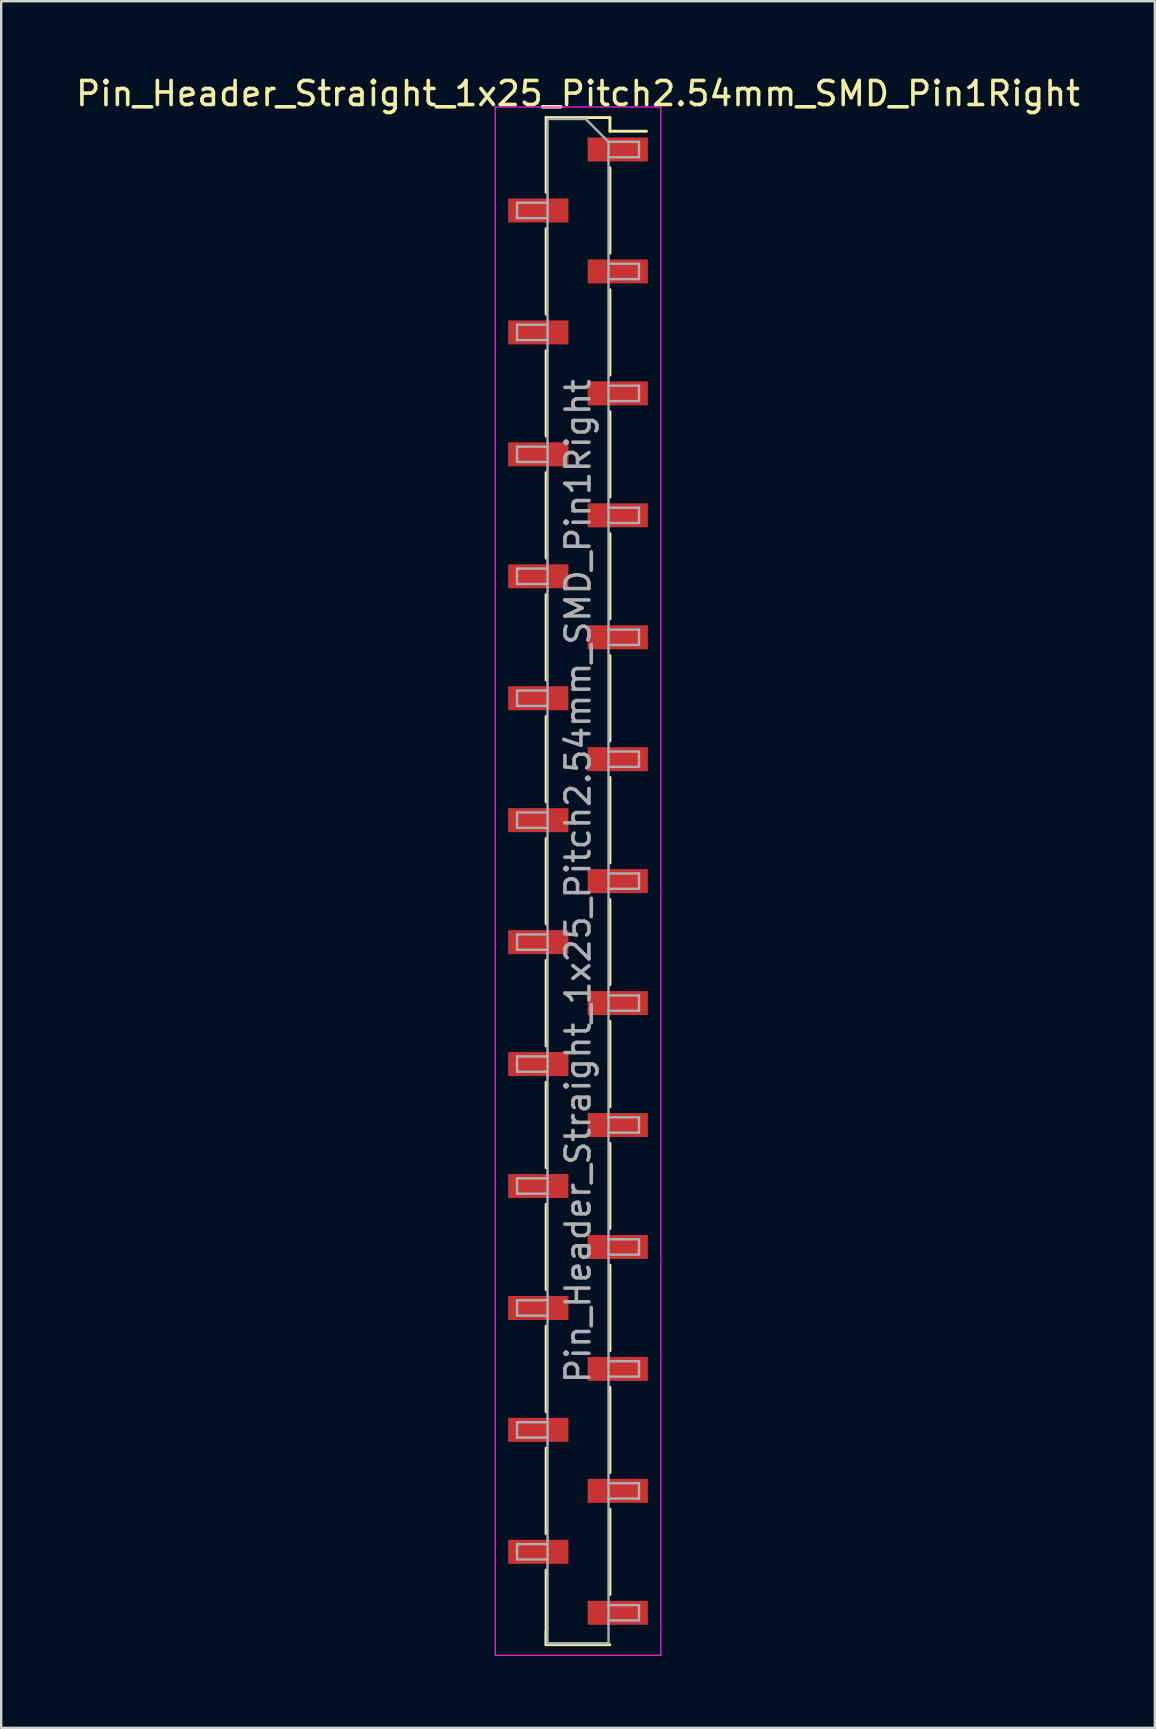
<source format=kicad_pcb>
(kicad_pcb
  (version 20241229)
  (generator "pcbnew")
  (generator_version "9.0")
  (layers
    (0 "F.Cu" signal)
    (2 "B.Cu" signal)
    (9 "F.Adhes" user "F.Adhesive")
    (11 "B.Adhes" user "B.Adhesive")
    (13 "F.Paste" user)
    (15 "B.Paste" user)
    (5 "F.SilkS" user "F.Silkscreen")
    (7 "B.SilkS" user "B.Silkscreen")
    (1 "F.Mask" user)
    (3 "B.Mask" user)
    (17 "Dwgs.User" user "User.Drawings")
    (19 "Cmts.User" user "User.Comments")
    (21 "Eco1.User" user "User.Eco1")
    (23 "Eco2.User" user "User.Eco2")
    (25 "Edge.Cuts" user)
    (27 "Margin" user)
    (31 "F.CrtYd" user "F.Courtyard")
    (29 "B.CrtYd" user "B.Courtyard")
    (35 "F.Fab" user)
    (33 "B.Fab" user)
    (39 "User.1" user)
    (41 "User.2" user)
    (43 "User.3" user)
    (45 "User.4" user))
  (footprint "Pin_Header_Straight_1x25_Pitch2.54mm_SMD_Pin1Right"
    (layer "F.Cu")
    (at 21.03 33.658)
    (property "Reference" "Pin_Header_Straight_1x25_Pitch2.54mm_SMD_Pin1Right" (at 0 -32.81 0) (layer "F.SilkS") (effects (font (size 1 1) (thickness 0.15))))
    (attr smd)
    (fp_line (start -1.33 -31.81) (end -1.33 -28.7) (stroke (width 0.12) (type solid)) (layer "F.SilkS"))
    (fp_line (start -1.33 -31.81) (end 1.33 -31.81) (stroke (width 0.12) (type solid)) (layer "F.SilkS"))
    (fp_line (start -1.33 -27.18) (end -1.33 -23.62) (stroke (width 0.12) (type solid)) (layer "F.SilkS"))
    (fp_line (start -1.33 -22.1) (end -1.33 -18.54) (stroke (width 0.12) (type solid)) (layer "F.SilkS"))
    (fp_line (start -1.33 -17.02) (end -1.33 -13.46) (stroke (width 0.12) (type solid)) (layer "F.SilkS"))
    (fp_line (start -1.33 -11.94) (end -1.33 -8.38) (stroke (width 0.12) (type solid)) (layer "F.SilkS"))
    (fp_line (start -1.33 -6.86) (end -1.33 -3.3) (stroke (width 0.12) (type solid)) (layer "F.SilkS"))
    (fp_line (start -1.33 -1.78) (end -1.33 1.78) (stroke (width 0.12) (type solid)) (layer "F.SilkS"))
    (fp_line (start -1.33 3.3) (end -1.33 6.86) (stroke (width 0.12) (type solid)) (layer "F.SilkS"))
    (fp_line (start -1.33 8.38) (end -1.33 11.94) (stroke (width 0.12) (type solid)) (layer "F.SilkS"))
    (fp_line (start -1.33 13.46) (end -1.33 17.02) (stroke (width 0.12) (type solid)) (layer "F.SilkS"))
    (fp_line (start -1.33 18.54) (end -1.33 22.1) (stroke (width 0.12) (type solid)) (layer "F.SilkS"))
    (fp_line (start -1.33 23.62) (end -1.33 27.18) (stroke (width 0.12) (type solid)) (layer "F.SilkS"))
    (fp_line (start -1.33 28.7) (end -1.33 31.81) (stroke (width 0.12) (type solid)) (layer "F.SilkS"))
    (fp_line (start -1.33 31.24) (end -1.33 31.81) (stroke (width 0.12) (type solid)) (layer "F.SilkS"))
    (fp_line (start -1.33 31.81) (end 1.33 31.81) (stroke (width 0.12) (type solid)) (layer "F.SilkS"))
    (fp_line (start 1.33 -31.81) (end 1.33 -31.24) (stroke (width 0.12) (type solid)) (layer "F.SilkS"))
    (fp_line (start 1.33 -31.24) (end 2.85 -31.24) (stroke (width 0.12) (type solid)) (layer "F.SilkS"))
    (fp_line (start 1.33 -29.72) (end 1.33 -26.16) (stroke (width 0.12) (type solid)) (layer "F.SilkS"))
    (fp_line (start 1.33 -24.64) (end 1.33 -21.08) (stroke (width 0.12) (type solid)) (layer "F.SilkS"))
    (fp_line (start 1.33 -19.56) (end 1.33 -16) (stroke (width 0.12) (type solid)) (layer "F.SilkS"))
    (fp_line (start 1.33 -14.48) (end 1.33 -10.92) (stroke (width 0.12) (type solid)) (layer "F.SilkS"))
    (fp_line (start 1.33 -9.4) (end 1.33 -5.84) (stroke (width 0.12) (type solid)) (layer "F.SilkS"))
    (fp_line (start 1.33 -4.32) (end 1.33 -0.76) (stroke (width 0.12) (type solid)) (layer "F.SilkS"))
    (fp_line (start 1.33 0.76) (end 1.33 4.32) (stroke (width 0.12) (type solid)) (layer "F.SilkS"))
    (fp_line (start 1.33 5.84) (end 1.33 9.4) (stroke (width 0.12) (type solid)) (layer "F.SilkS"))
    (fp_line (start 1.33 10.92) (end 1.33 14.48) (stroke (width 0.12) (type solid)) (layer "F.SilkS"))
    (fp_line (start 1.33 16) (end 1.33 19.56) (stroke (width 0.12) (type solid)) (layer "F.SilkS"))
    (fp_line (start 1.33 21.08) (end 1.33 24.64) (stroke (width 0.12) (type solid)) (layer "F.SilkS"))
    (fp_line (start 1.33 26.16) (end 1.33 29.72) (stroke (width 0.12) (type solid)) (layer "F.SilkS"))
    (fp_line (start -3.45 -32.25) (end -3.45 32.25) (stroke (width 0.05) (type solid)) (layer "F.CrtYd"))
    (fp_line (start -3.45 32.25) (end 3.45 32.25) (stroke (width 0.05) (type solid)) (layer "F.CrtYd"))
    (fp_line (start 3.45 -32.25) (end -3.45 -32.25) (stroke (width 0.05) (type solid)) (layer "F.CrtYd"))
    (fp_line (start 3.45 32.25) (end 3.45 -32.25) (stroke (width 0.05) (type solid)) (layer "F.CrtYd"))
    (fp_line (start -2.54 -28.26) (end -2.54 -27.62) (stroke (width 0.1) (type solid)) (layer "F.Fab"))
    (fp_line (start -2.54 -27.62) (end -1.27 -27.62) (stroke (width 0.1) (type solid)) (layer "F.Fab"))
    (fp_line (start -2.54 -23.18) (end -2.54 -22.54) (stroke (width 0.1) (type solid)) (layer "F.Fab"))
    (fp_line (start -2.54 -22.54) (end -1.27 -22.54) (stroke (width 0.1) (type solid)) (layer "F.Fab"))
    (fp_line (start -2.54 -18.1) (end -2.54 -17.46) (stroke (width 0.1) (type solid)) (layer "F.Fab"))
    (fp_line (start -2.54 -17.46) (end -1.27 -17.46) (stroke (width 0.1) (type solid)) (layer "F.Fab"))
    (fp_line (start -2.54 -13.02) (end -2.54 -12.38) (stroke (width 0.1) (type solid)) (layer "F.Fab"))
    (fp_line (start -2.54 -12.38) (end -1.27 -12.38) (stroke (width 0.1) (type solid)) (layer "F.Fab"))
    (fp_line (start -2.54 -7.94) (end -2.54 -7.3) (stroke (width 0.1) (type solid)) (layer "F.Fab"))
    (fp_line (start -2.54 -7.3) (end -1.27 -7.3) (stroke (width 0.1) (type solid)) (layer "F.Fab"))
    (fp_line (start -2.54 -2.86) (end -2.54 -2.22) (stroke (width 0.1) (type solid)) (layer "F.Fab"))
    (fp_line (start -2.54 -2.22) (end -1.27 -2.22) (stroke (width 0.1) (type solid)) (layer "F.Fab"))
    (fp_line (start -2.54 2.22) (end -2.54 2.86) (stroke (width 0.1) (type solid)) (layer "F.Fab"))
    (fp_line (start -2.54 2.86) (end -1.27 2.86) (stroke (width 0.1) (type solid)) (layer "F.Fab"))
    (fp_line (start -2.54 7.3) (end -2.54 7.94) (stroke (width 0.1) (type solid)) (layer "F.Fab"))
    (fp_line (start -2.54 7.94) (end -1.27 7.94) (stroke (width 0.1) (type solid)) (layer "F.Fab"))
    (fp_line (start -2.54 12.38) (end -2.54 13.02) (stroke (width 0.1) (type solid)) (layer "F.Fab"))
    (fp_line (start -2.54 13.02) (end -1.27 13.02) (stroke (width 0.1) (type solid)) (layer "F.Fab"))
    (fp_line (start -2.54 17.46) (end -2.54 18.1) (stroke (width 0.1) (type solid)) (layer "F.Fab"))
    (fp_line (start -2.54 18.1) (end -1.27 18.1) (stroke (width 0.1) (type solid)) (layer "F.Fab"))
    (fp_line (start -2.54 22.54) (end -2.54 23.18) (stroke (width 0.1) (type solid)) (layer "F.Fab"))
    (fp_line (start -2.54 23.18) (end -1.27 23.18) (stroke (width 0.1) (type solid)) (layer "F.Fab"))
    (fp_line (start -2.54 27.62) (end -2.54 28.26) (stroke (width 0.1) (type solid)) (layer "F.Fab"))
    (fp_line (start -2.54 28.26) (end -1.27 28.26) (stroke (width 0.1) (type solid)) (layer "F.Fab"))
    (fp_line (start -1.27 -31.75) (end -1.27 31.75) (stroke (width 0.1) (type solid)) (layer "F.Fab"))
    (fp_line (start -1.27 -31.75) (end 0.32 -31.75) (stroke (width 0.1) (type solid)) (layer "F.Fab"))
    (fp_line (start -1.27 -28.26) (end -2.54 -28.26) (stroke (width 0.1) (type solid)) (layer "F.Fab"))
    (fp_line (start -1.27 -23.18) (end -2.54 -23.18) (stroke (width 0.1) (type solid)) (layer "F.Fab"))
    (fp_line (start -1.27 -18.1) (end -2.54 -18.1) (stroke (width 0.1) (type solid)) (layer "F.Fab"))
    (fp_line (start -1.27 -13.02) (end -2.54 -13.02) (stroke (width 0.1) (type solid)) (layer "F.Fab"))
    (fp_line (start -1.27 -7.94) (end -2.54 -7.94) (stroke (width 0.1) (type solid)) (layer "F.Fab"))
    (fp_line (start -1.27 -2.86) (end -2.54 -2.86) (stroke (width 0.1) (type solid)) (layer "F.Fab"))
    (fp_line (start -1.27 2.22) (end -2.54 2.22) (stroke (width 0.1) (type solid)) (layer "F.Fab"))
    (fp_line (start -1.27 7.3) (end -2.54 7.3) (stroke (width 0.1) (type solid)) (layer "F.Fab"))
    (fp_line (start -1.27 12.38) (end -2.54 12.38) (stroke (width 0.1) (type solid)) (layer "F.Fab"))
    (fp_line (start -1.27 17.46) (end -2.54 17.46) (stroke (width 0.1) (type solid)) (layer "F.Fab"))
    (fp_line (start -1.27 22.54) (end -2.54 22.54) (stroke (width 0.1) (type solid)) (layer "F.Fab"))
    (fp_line (start -1.27 27.62) (end -2.54 27.62) (stroke (width 0.1) (type solid)) (layer "F.Fab"))
    (fp_line (start 1.27 -30.8) (end 0.32 -31.75) (stroke (width 0.1) (type solid)) (layer "F.Fab"))
    (fp_line (start 1.27 -30.8) (end 2.54 -30.8) (stroke (width 0.1) (type solid)) (layer "F.Fab"))
    (fp_line (start 1.27 -25.72) (end 2.54 -25.72) (stroke (width 0.1) (type solid)) (layer "F.Fab"))
    (fp_line (start 1.27 -20.64) (end 2.54 -20.64) (stroke (width 0.1) (type solid)) (layer "F.Fab"))
    (fp_line (start 1.27 -15.56) (end 2.54 -15.56) (stroke (width 0.1) (type solid)) (layer "F.Fab"))
    (fp_line (start 1.27 -10.48) (end 2.54 -10.48) (stroke (width 0.1) (type solid)) (layer "F.Fab"))
    (fp_line (start 1.27 -5.4) (end 2.54 -5.4) (stroke (width 0.1) (type solid)) (layer "F.Fab"))
    (fp_line (start 1.27 -0.32) (end 2.54 -0.32) (stroke (width 0.1) (type solid)) (layer "F.Fab"))
    (fp_line (start 1.27 4.76) (end 2.54 4.76) (stroke (width 0.1) (type solid)) (layer "F.Fab"))
    (fp_line (start 1.27 9.84) (end 2.54 9.84) (stroke (width 0.1) (type solid)) (layer "F.Fab"))
    (fp_line (start 1.27 14.92) (end 2.54 14.92) (stroke (width 0.1) (type solid)) (layer "F.Fab"))
    (fp_line (start 1.27 20) (end 2.54 20) (stroke (width 0.1) (type solid)) (layer "F.Fab"))
    (fp_line (start 1.27 25.08) (end 2.54 25.08) (stroke (width 0.1) (type solid)) (layer "F.Fab"))
    (fp_line (start 1.27 30.16) (end 2.54 30.16) (stroke (width 0.1) (type solid)) (layer "F.Fab"))
    (fp_line (start 1.27 31.75) (end -1.27 31.75) (stroke (width 0.1) (type solid)) (layer "F.Fab"))
    (fp_line (start 1.27 31.75) (end 1.27 -30.8) (stroke (width 0.1) (type solid)) (layer "F.Fab"))
    (fp_line (start 2.54 -30.8) (end 2.54 -30.16) (stroke (width 0.1) (type solid)) (layer "F.Fab"))
    (fp_line (start 2.54 -30.16) (end 1.27 -30.16) (stroke (width 0.1) (type solid)) (layer "F.Fab"))
    (fp_line (start 2.54 -25.72) (end 2.54 -25.08) (stroke (width 0.1) (type solid)) (layer "F.Fab"))
    (fp_line (start 2.54 -25.08) (end 1.27 -25.08) (stroke (width 0.1) (type solid)) (layer "F.Fab"))
    (fp_line (start 2.54 -20.64) (end 2.54 -20) (stroke (width 0.1) (type solid)) (layer "F.Fab"))
    (fp_line (start 2.54 -20) (end 1.27 -20) (stroke (width 0.1) (type solid)) (layer "F.Fab"))
    (fp_line (start 2.54 -15.56) (end 2.54 -14.92) (stroke (width 0.1) (type solid)) (layer "F.Fab"))
    (fp_line (start 2.54 -14.92) (end 1.27 -14.92) (stroke (width 0.1) (type solid)) (layer "F.Fab"))
    (fp_line (start 2.54 -10.48) (end 2.54 -9.84) (stroke (width 0.1) (type solid)) (layer "F.Fab"))
    (fp_line (start 2.54 -9.84) (end 1.27 -9.84) (stroke (width 0.1) (type solid)) (layer "F.Fab"))
    (fp_line (start 2.54 -5.4) (end 2.54 -4.76) (stroke (width 0.1) (type solid)) (layer "F.Fab"))
    (fp_line (start 2.54 -4.76) (end 1.27 -4.76) (stroke (width 0.1) (type solid)) (layer "F.Fab"))
    (fp_line (start 2.54 -0.32) (end 2.54 0.32) (stroke (width 0.1) (type solid)) (layer "F.Fab"))
    (fp_line (start 2.54 0.32) (end 1.27 0.32) (stroke (width 0.1) (type solid)) (layer "F.Fab"))
    (fp_line (start 2.54 4.76) (end 2.54 5.4) (stroke (width 0.1) (type solid)) (layer "F.Fab"))
    (fp_line (start 2.54 5.4) (end 1.27 5.4) (stroke (width 0.1) (type solid)) (layer "F.Fab"))
    (fp_line (start 2.54 9.84) (end 2.54 10.48) (stroke (width 0.1) (type solid)) (layer "F.Fab"))
    (fp_line (start 2.54 10.48) (end 1.27 10.48) (stroke (width 0.1) (type solid)) (layer "F.Fab"))
    (fp_line (start 2.54 14.92) (end 2.54 15.56) (stroke (width 0.1) (type solid)) (layer "F.Fab"))
    (fp_line (start 2.54 15.56) (end 1.27 15.56) (stroke (width 0.1) (type solid)) (layer "F.Fab"))
    (fp_line (start 2.54 20) (end 2.54 20.64) (stroke (width 0.1) (type solid)) (layer "F.Fab"))
    (fp_line (start 2.54 20.64) (end 1.27 20.64) (stroke (width 0.1) (type solid)) (layer "F.Fab"))
    (fp_line (start 2.54 25.08) (end 2.54 25.72) (stroke (width 0.1) (type solid)) (layer "F.Fab"))
    (fp_line (start 2.54 25.72) (end 1.27 25.72) (stroke (width 0.1) (type solid)) (layer "F.Fab"))
    (fp_line (start 2.54 30.16) (end 2.54 30.8) (stroke (width 0.1) (type solid)) (layer "F.Fab"))
    (fp_line (start 2.54 30.8) (end 1.27 30.8) (stroke (width 0.1) (type solid)) (layer "F.Fab"))
    (fp_text user "${REFERENCE}" (at 0 0 90) (layer "F.Fab") (effects (font (size 1 1) (thickness 0.15))))
    (pad "1" smd rect (at 1.655 -30.48) (size 2.51 1) (layers "F.Cu" "F.Mask" "F.Paste"))
    (pad "2" smd rect (at -1.655 -27.94) (size 2.51 1) (layers "F.Cu" "F.Mask" "F.Paste"))
    (pad "3" smd rect (at 1.655 -25.4) (size 2.51 1) (layers "F.Cu" "F.Mask" "F.Paste"))
    (pad "4" smd rect (at -1.655 -22.86) (size 2.51 1) (layers "F.Cu" "F.Mask" "F.Paste"))
    (pad "5" smd rect (at 1.655 -20.32) (size 2.51 1) (layers "F.Cu" "F.Mask" "F.Paste"))
    (pad "6" smd rect (at -1.655 -17.78) (size 2.51 1) (layers "F.Cu" "F.Mask" "F.Paste"))
    (pad "7" smd rect (at 1.655 -15.24) (size 2.51 1) (layers "F.Cu" "F.Mask" "F.Paste"))
    (pad "8" smd rect (at -1.655 -12.7) (size 2.51 1) (layers "F.Cu" "F.Mask" "F.Paste"))
    (pad "9" smd rect (at 1.655 -10.16) (size 2.51 1) (layers "F.Cu" "F.Mask" "F.Paste"))
    (pad "10" smd rect (at -1.655 -7.62) (size 2.51 1) (layers "F.Cu" "F.Mask" "F.Paste"))
    (pad "11" smd rect (at 1.655 -5.08) (size 2.51 1) (layers "F.Cu" "F.Mask" "F.Paste"))
    (pad "12" smd rect (at -1.655 -2.54) (size 2.51 1) (layers "F.Cu" "F.Mask" "F.Paste"))
    (pad "13" smd rect (at 1.655 0) (size 2.51 1) (layers "F.Cu" "F.Mask" "F.Paste"))
    (pad "14" smd rect (at -1.655 2.54) (size 2.51 1) (layers "F.Cu" "F.Mask" "F.Paste"))
    (pad "15" smd rect (at 1.655 5.08) (size 2.51 1) (layers "F.Cu" "F.Mask" "F.Paste"))
    (pad "16" smd rect (at -1.655 7.62) (size 2.51 1) (layers "F.Cu" "F.Mask" "F.Paste"))
    (pad "17" smd rect (at 1.655 10.16) (size 2.51 1) (layers "F.Cu" "F.Mask" "F.Paste"))
    (pad "18" smd rect (at -1.655 12.7) (size 2.51 1) (layers "F.Cu" "F.Mask" "F.Paste"))
    (pad "19" smd rect (at 1.655 15.24) (size 2.51 1) (layers "F.Cu" "F.Mask" "F.Paste"))
    (pad "20" smd rect (at -1.655 17.78) (size 2.51 1) (layers "F.Cu" "F.Mask" "F.Paste"))
    (pad "21" smd rect (at 1.655 20.32) (size 2.51 1) (layers "F.Cu" "F.Mask" "F.Paste"))
    (pad "22" smd rect (at -1.655 22.86) (size 2.51 1) (layers "F.Cu" "F.Mask" "F.Paste"))
    (pad "23" smd rect (at 1.655 25.4) (size 2.51 1) (layers "F.Cu" "F.Mask" "F.Paste"))
    (pad "24" smd rect (at -1.655 27.94) (size 2.51 1) (layers "F.Cu" "F.Mask" "F.Paste"))
    (pad "25" smd rect (at 1.655 30.48) (size 2.51 1) (layers "F.Cu" "F.Mask" "F.Paste")))
  (gr_rect
    (start -3 -3)
    (end 45.06 68.933)
    (stroke (width 0.1) (type default))
    (fill no)
    (layer "Edge.Cuts")))
</source>
